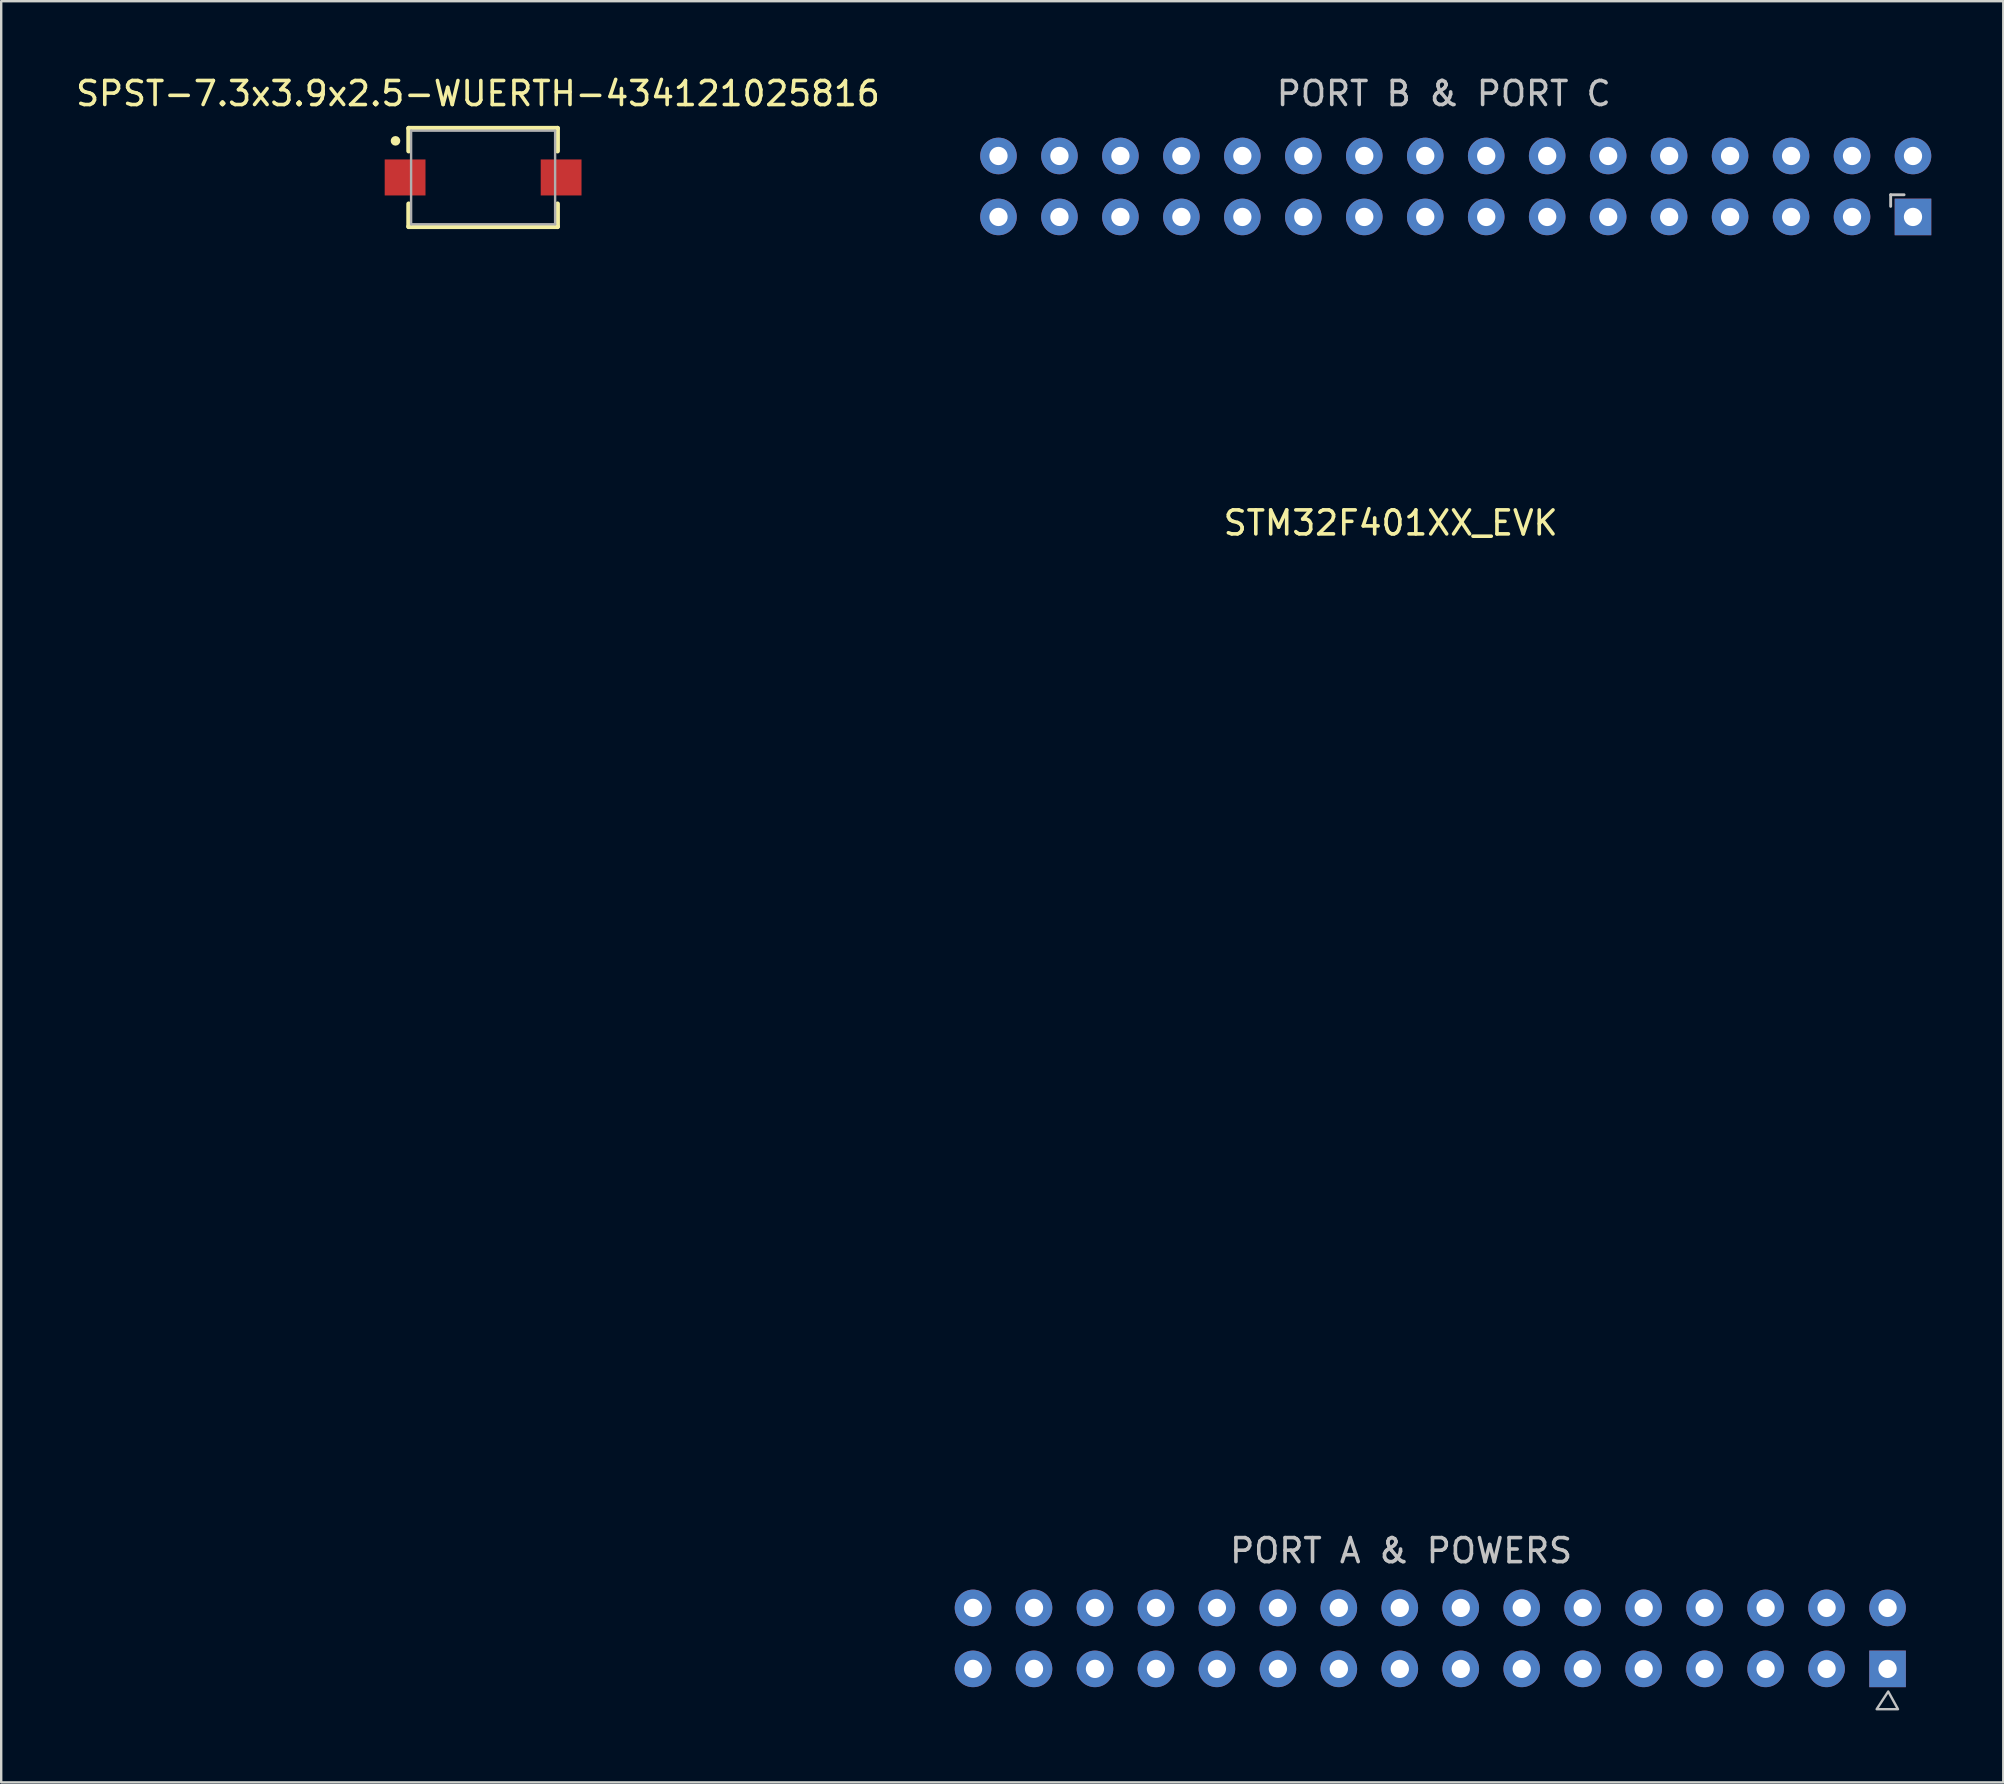
<source format=kicad_pcb>
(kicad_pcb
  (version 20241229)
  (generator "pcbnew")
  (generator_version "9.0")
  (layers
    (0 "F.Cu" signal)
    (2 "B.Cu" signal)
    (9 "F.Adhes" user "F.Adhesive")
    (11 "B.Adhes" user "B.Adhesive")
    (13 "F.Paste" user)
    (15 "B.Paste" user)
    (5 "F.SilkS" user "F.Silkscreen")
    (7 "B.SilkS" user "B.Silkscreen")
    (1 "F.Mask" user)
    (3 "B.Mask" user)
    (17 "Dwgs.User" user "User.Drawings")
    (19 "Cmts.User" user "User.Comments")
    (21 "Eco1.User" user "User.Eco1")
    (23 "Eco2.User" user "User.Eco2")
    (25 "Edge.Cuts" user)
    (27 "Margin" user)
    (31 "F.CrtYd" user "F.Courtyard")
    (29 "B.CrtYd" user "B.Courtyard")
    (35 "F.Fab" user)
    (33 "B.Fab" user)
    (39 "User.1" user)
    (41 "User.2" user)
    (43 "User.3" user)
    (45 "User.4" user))
  (footprint "SPST-7.3x3.9x2.5-WUERTH-434121025816"
    (layer "F.Cu")
    (at 17.077 4.343)
    (property "Reference" "SPST-7.3x3.9x2.5-WUERTH-434121025816" (at -0.214 -3.494 0) (layer "F.SilkS") (effects (font (size 1 1) (thickness 0.15))))
    (attr smd)
    (fp_line (start -3.1 -2.05) (end 3.1 -2.05) (stroke (width 0.2) (type solid)) (layer "F.SilkS"))
    (fp_line (start -3.1 -1.1) (end -3.1 -2.05) (stroke (width 0.2) (type solid)) (layer "F.SilkS"))
    (fp_line (start -3.1 1.1) (end -3.1 2.05) (stroke (width 0.2) (type solid)) (layer "F.SilkS"))
    (fp_line (start -3.1 2.05) (end 3.1 2.05) (stroke (width 0.2) (type solid)) (layer "F.SilkS"))
    (fp_line (start 3.1 -2.05) (end 3.1 -1.1) (stroke (width 0.2) (type solid)) (layer "F.SilkS"))
    (fp_line (start 3.1 2.05) (end 3.1 1.1) (stroke (width 0.2) (type solid)) (layer "F.SilkS"))
    (fp_circle (center -3.65 -1.525) (end -3.55 -1.525) (stroke (width 0.2) (type solid)) (fill no) (layer "F.SilkS"))
    (fp_line (start -3 -1.95) (end -3 1.95) (stroke (width 0.1) (type solid)) (layer "F.Fab"))
    (fp_line (start -3 1.95) (end 3 1.95) (stroke (width 0.1) (type solid)) (layer "F.Fab"))
    (fp_line (start 3 -1.95) (end -3 -1.95) (stroke (width 0.1) (type solid)) (layer "F.Fab"))
    (fp_line (start 3 1.95) (end 3 -1.95) (stroke (width 0.1) (type solid)) (layer "F.Fab"))
    (pad "1" smd rect (at -3.25 0) (size 1.7 1.5) (layers "F.Cu" "F.Mask" "F.Paste"))
    (pad "2" smd rect (at 3.25 0) (size 1.7 1.5) (layers "F.Cu" "F.Mask" "F.Paste")))
  (footprint "STM32F401XX_EVK"
    (layer "F.Cu")
    (at 76.608 5.908)
    (property "Reference" "STM32F401XX_EVK" (at -21.72 12.83 0) (layer "F.SilkS") (effects (font (size 1 1) (thickness 0.15))))
    (attr through_hole)
    (fp_line (start -0.89 -0.844) (end -0.89 -0.361) (stroke (width 0.12) (type solid)) (layer "Dwgs.User"))
    (fp_line (start -0.89 -0.844) (end -0.331 -0.844) (stroke (width 0.12) (type solid)) (layer "Dwgs.User"))
    (fp_poly (pts (xy -0.585 62.25) (xy -1.474 62.25) (xy -0.991 61.513)) (stroke (width 0.1) (type solid)) (fill no) (layer "Dwgs.User"))
    (fp_text user "PORT A & POWERS" (at -21.286 55.646 0) (layer "Dwgs.User") (effects (font (size 1 1) (thickness 0.15))))
    (fp_text user "PORT B & PORT C" (at -19.508 -5.06 0) (layer "Dwgs.User") (effects (font (size 1 1) (thickness 0.15))))
    (pad "1" thru_hole rect (at -1.02 60.57 180) (size 1.524 1.524) (drill 0.762) (layers "*.Cu" "*.Mask"))
    (pad "2" thru_hole circle (at -3.56 60.57 180) (size 1.524 1.524) (drill 0.762) (layers "*.Cu" "*.Mask"))
    (pad "3" thru_hole circle (at -6.1 60.57 180) (size 1.524 1.524) (drill 0.762) (layers "*.Cu" "*.Mask"))
    (pad "4" thru_hole circle (at -8.64 60.57 180) (size 1.524 1.524) (drill 0.762) (layers "*.Cu" "*.Mask"))
    (pad "5" thru_hole circle (at -11.18 60.57 180) (size 1.524 1.524) (drill 0.762) (layers "*.Cu" "*.Mask"))
    (pad "6" thru_hole circle (at -13.72 60.57 180) (size 1.524 1.524) (drill 0.762) (layers "*.Cu" "*.Mask"))
    (pad "7" thru_hole circle (at -16.26 60.57 180) (size 1.524 1.524) (drill 0.762) (layers "*.Cu" "*.Mask"))
    (pad "8" thru_hole circle (at -18.8 60.57 180) (size 1.524 1.524) (drill 0.762) (layers "*.Cu" "*.Mask"))
    (pad "9" thru_hole circle (at -21.34 60.57 180) (size 1.524 1.524) (drill 0.762) (layers "*.Cu" "*.Mask"))
    (pad "10" thru_hole circle (at -23.88 60.57 180) (size 1.524 1.524) (drill 0.762) (layers "*.Cu" "*.Mask"))
    (pad "11" thru_hole circle (at -26.42 60.57 180) (size 1.524 1.524) (drill 0.762) (layers "*.Cu" "*.Mask"))
    (pad "12" thru_hole circle (at -28.96 60.57 180) (size 1.524 1.524) (drill 0.762) (layers "*.Cu" "*.Mask"))
    (pad "13" thru_hole circle (at -31.5 60.57 180) (size 1.524 1.524) (drill 0.762) (layers "*.Cu" "*.Mask"))
    (pad "14" thru_hole circle (at -34.04 60.57 180) (size 1.524 1.524) (drill 0.762) (layers "*.Cu" "*.Mask"))
    (pad "15" thru_hole circle (at -36.58 60.57 180) (size 1.524 1.524) (drill 0.762) (layers "*.Cu" "*.Mask"))
    (pad "16" thru_hole circle (at -39.12 60.57 180) (size 1.524 1.524) (drill 0.762) (layers "*.Cu" "*.Mask"))
    (pad "17" thru_hole circle (at -1.02 58.03 180) (size 1.524 1.524) (drill 0.762) (layers "*.Cu" "*.Mask"))
    (pad "18" thru_hole circle (at -3.56 58.03 180) (size 1.524 1.524) (drill 0.762) (layers "*.Cu" "*.Mask"))
    (pad "19" thru_hole circle (at -6.1 58.03 180) (size 1.524 1.524) (drill 0.762) (layers "*.Cu" "*.Mask"))
    (pad "20" thru_hole circle (at -8.64 58.03 180) (size 1.524 1.524) (drill 0.762) (layers "*.Cu" "*.Mask"))
    (pad "21" thru_hole circle (at -11.18 58.03 180) (size 1.524 1.524) (drill 0.762) (layers "*.Cu" "*.Mask"))
    (pad "22" thru_hole circle (at -13.72 58.03 180) (size 1.524 1.524) (drill 0.762) (layers "*.Cu" "*.Mask"))
    (pad "23" thru_hole circle (at -16.26 58.03 180) (size 1.524 1.524) (drill 0.762) (layers "*.Cu" "*.Mask"))
    (pad "24" thru_hole circle (at -18.8 58.03 180) (size 1.524 1.524) (drill 0.762) (layers "*.Cu" "*.Mask"))
    (pad "25" thru_hole circle (at -21.34 58.03 180) (size 1.524 1.524) (drill 0.762) (layers "*.Cu" "*.Mask"))
    (pad "26" thru_hole circle (at -23.88 58.03 180) (size 1.524 1.524) (drill 0.762) (layers "*.Cu" "*.Mask"))
    (pad "27" thru_hole circle (at -26.42 58.03 180) (size 1.524 1.524) (drill 0.762) (layers "*.Cu" "*.Mask"))
    (pad "28" thru_hole circle (at -28.96 58.03 180) (size 1.524 1.524) (drill 0.762) (layers "*.Cu" "*.Mask"))
    (pad "29" thru_hole circle (at -31.5 58.03 180) (size 1.524 1.524) (drill 0.762) (layers "*.Cu" "*.Mask"))
    (pad "30" thru_hole circle (at -34.04 58.03 180) (size 1.524 1.524) (drill 0.762) (layers "*.Cu" "*.Mask"))
    (pad "31" thru_hole circle (at -36.58 58.03 180) (size 1.524 1.524) (drill 0.762) (layers "*.Cu" "*.Mask"))
    (pad "32" thru_hole circle (at -39.12 58.03 180) (size 1.524 1.524) (drill 0.762) (layers "*.Cu" "*.Mask"))
    (pad "33" thru_hole rect (at 0.04 0.08 180) (size 1.524 1.524) (drill 0.762) (layers "*.Cu" "*.Mask"))
    (pad "34" thru_hole circle (at -2.5 0.08 180) (size 1.524 1.524) (drill 0.762) (layers "*.Cu" "*.Mask"))
    (pad "35" thru_hole circle (at -5.04 0.08 180) (size 1.524 1.524) (drill 0.762) (layers "*.Cu" "*.Mask"))
    (pad "36" thru_hole circle (at -7.58 0.08 180) (size 1.524 1.524) (drill 0.762) (layers "*.Cu" "*.Mask"))
    (pad "37" thru_hole circle (at -10.12 0.08 180) (size 1.524 1.524) (drill 0.762) (layers "*.Cu" "*.Mask"))
    (pad "38" thru_hole circle (at -12.66 0.08 180) (size 1.524 1.524) (drill 0.762) (layers "*.Cu" "*.Mask"))
    (pad "39" thru_hole circle (at -15.2 0.08 180) (size 1.524 1.524) (drill 0.762) (layers "*.Cu" "*.Mask"))
    (pad "40" thru_hole circle (at -17.74 0.08 180) (size 1.524 1.524) (drill 0.762) (layers "*.Cu" "*.Mask"))
    (pad "41" thru_hole circle (at -20.28 0.08 180) (size 1.524 1.524) (drill 0.762) (layers "*.Cu" "*.Mask"))
    (pad "42" thru_hole circle (at -22.82 0.08 180) (size 1.524 1.524) (drill 0.762) (layers "*.Cu" "*.Mask"))
    (pad "43" thru_hole circle (at -25.36 0.08 180) (size 1.524 1.524) (drill 0.762) (layers "*.Cu" "*.Mask"))
    (pad "44" thru_hole circle (at -27.9 0.08 180) (size 1.524 1.524) (drill 0.762) (layers "*.Cu" "*.Mask"))
    (pad "45" thru_hole circle (at -30.44 0.08 180) (size 1.524 1.524) (drill 0.762) (layers "*.Cu" "*.Mask"))
    (pad "46" thru_hole circle (at -32.98 0.08 180) (size 1.524 1.524) (drill 0.762) (layers "*.Cu" "*.Mask"))
    (pad "47" thru_hole circle (at -35.52 0.08 180) (size 1.524 1.524) (drill 0.762) (layers "*.Cu" "*.Mask"))
    (pad "48" thru_hole circle (at -38.06 0.08 180) (size 1.524 1.524) (drill 0.762) (layers "*.Cu" "*.Mask"))
    (pad "49" thru_hole circle (at 0.04 -2.46 180) (size 1.524 1.524) (drill 0.762) (layers "*.Cu" "*.Mask"))
    (pad "50" thru_hole circle (at -2.5 -2.46 180) (size 1.524 1.524) (drill 0.762) (layers "*.Cu" "*.Mask"))
    (pad "51" thru_hole circle (at -5.04 -2.46 180) (size 1.524 1.524) (drill 0.762) (layers "*.Cu" "*.Mask"))
    (pad "52" thru_hole circle (at -7.58 -2.46 180) (size 1.524 1.524) (drill 0.762) (layers "*.Cu" "*.Mask"))
    (pad "53" thru_hole circle (at -10.12 -2.46 180) (size 1.524 1.524) (drill 0.762) (layers "*.Cu" "*.Mask"))
    (pad "54" thru_hole circle (at -12.66 -2.46 180) (size 1.524 1.524) (drill 0.762) (layers "*.Cu" "*.Mask"))
    (pad "55" thru_hole circle (at -15.2 -2.46 180) (size 1.524 1.524) (drill 0.762) (layers "*.Cu" "*.Mask"))
    (pad "56" thru_hole circle (at -17.74 -2.46 180) (size 1.524 1.524) (drill 0.762) (layers "*.Cu" "*.Mask"))
    (pad "57" thru_hole circle (at -20.28 -2.46 180) (size 1.524 1.524) (drill 0.762) (layers "*.Cu" "*.Mask"))
    (pad "58" thru_hole circle (at -22.82 -2.46 180) (size 1.524 1.524) (drill 0.762) (layers "*.Cu" "*.Mask"))
    (pad "59" thru_hole circle (at -25.36 -2.46 180) (size 1.524 1.524) (drill 0.762) (layers "*.Cu" "*.Mask"))
    (pad "60" thru_hole circle (at -27.9 -2.46 180) (size 1.524 1.524) (drill 0.762) (layers "*.Cu" "*.Mask"))
    (pad "61" thru_hole circle (at -30.44 -2.46 180) (size 1.524 1.524) (drill 0.762) (layers "*.Cu" "*.Mask"))
    (pad "62" thru_hole circle (at -32.98 -2.46 180) (size 1.524 1.524) (drill 0.762) (layers "*.Cu" "*.Mask"))
    (pad "63" thru_hole circle (at -35.52 -2.46 180) (size 1.524 1.524) (drill 0.762) (layers "*.Cu" "*.Mask"))
    (pad "64" thru_hole circle (at -38.06 -2.46 180) (size 1.524 1.524) (drill 0.762) (layers "*.Cu" "*.Mask")))
  (gr_rect
    (start -3 -3)
    (end 80.41 71.208)
    (stroke (width 0.1) (type default))
    (fill no)
    (layer "Edge.Cuts")))
</source>
